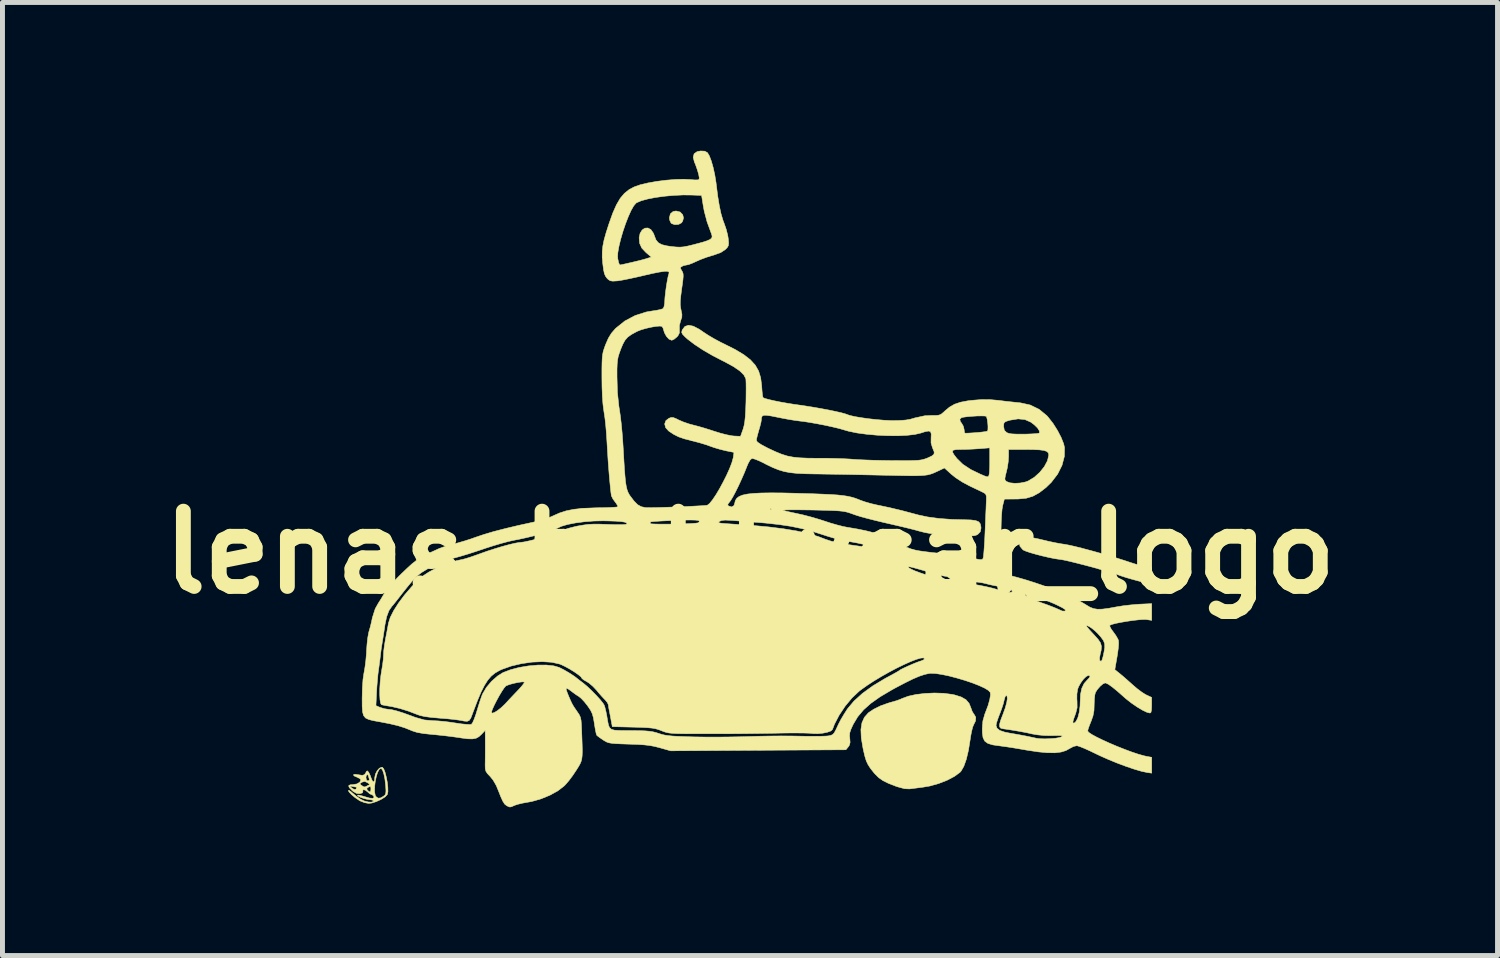
<source format=kicad_pcb>
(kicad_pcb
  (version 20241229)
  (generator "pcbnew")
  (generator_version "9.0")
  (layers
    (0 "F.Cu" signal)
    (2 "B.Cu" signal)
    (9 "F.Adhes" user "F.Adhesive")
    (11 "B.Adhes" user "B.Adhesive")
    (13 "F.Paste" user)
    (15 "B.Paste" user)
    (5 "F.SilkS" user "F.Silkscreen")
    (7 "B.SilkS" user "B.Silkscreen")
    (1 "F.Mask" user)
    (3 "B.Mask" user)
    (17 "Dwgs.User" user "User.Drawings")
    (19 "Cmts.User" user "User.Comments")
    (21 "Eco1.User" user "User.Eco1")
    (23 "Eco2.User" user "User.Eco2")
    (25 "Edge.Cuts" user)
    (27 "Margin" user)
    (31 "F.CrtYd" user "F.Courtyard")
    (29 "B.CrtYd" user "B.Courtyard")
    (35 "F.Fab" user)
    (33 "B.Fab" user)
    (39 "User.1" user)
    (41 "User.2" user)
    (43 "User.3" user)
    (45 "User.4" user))
  (footprint "lenas_bobbycar_logo"
    (layer "F.Cu")
    (at 12.127 8.128)
    (property "Reference" "lenas_bobbycar_logo" (at 0 0 0) (layer "F.SilkS") (effects (font (size 1.524 1.524) (thickness 0.3))))
    (attr through_hole)
    (fp_poly (pts (xy -1.415 -6.888) (xy -1.362 -6.833) (xy -1.346 -6.769) (xy -1.363 -6.704) (xy -1.386 -6.669) (xy -1.446 -6.637) (xy -1.521 -6.632) (xy -1.585 -6.653) (xy -1.6 -6.668) (xy -1.625 -6.722) (xy -1.632 -6.769) (xy -1.612 -6.851) (xy -1.557 -6.898) (xy -1.497 -6.909) (xy -1.415 -6.888)) (stroke (width 0.01) (type solid)) (fill yes) (layer "F.SilkS"))
    (fp_poly (pts (xy 5.697 -0.301) (xy 5.827 -0.275) (xy 5.911 -0.255) (xy 6.045 -0.223) (xy 6.179 -0.195) (xy 6.294 -0.174) (xy 6.363 -0.164) (xy 6.445 -0.149) (xy 6.567 -0.122) (xy 6.719 -0.084) (xy 6.892 -0.038) (xy 7.076 0.013) (xy 7.264 0.067) (xy 7.445 0.122) (xy 7.61 0.175) (xy 7.658 0.191) (xy 7.777 0.23) (xy 7.89 0.263) (xy 7.982 0.287) (xy 8.02 0.294) (xy 8.128 0.311) (xy 8.128 0.473) (xy 8.124 0.571) (xy 8.112 0.622) (xy 8.096 0.634) (xy 8.059 0.627) (xy 7.985 0.61) (xy 7.888 0.586) (xy 7.836 0.572) (xy 7.718 0.54) (xy 7.605 0.507) (xy 7.515 0.478) (xy 7.493 0.47) (xy 7.39 0.434) (xy 7.255 0.392) (xy 7.098 0.347) (xy 6.93 0.299) (xy 6.76 0.254) (xy 6.599 0.213) (xy 6.456 0.178) (xy 6.342 0.153) (xy 6.267 0.141) (xy 6.17 0.127) (xy 6.05 0.103) (xy 5.921 0.073) (xy 5.792 0.04) (xy 5.676 0.007) (xy 5.584 -0.024) (xy 5.528 -0.049) (xy 5.521 -0.054) (xy 5.462 -0.124) (xy 5.45 -0.196) (xy 5.462 -0.23) (xy 5.494 -0.274) (xy 5.539 -0.301) (xy 5.604 -0.309) (xy 5.697 -0.301)) (stroke (width 0.01) (type solid)) (fill yes) (layer "F.SilkS"))
    (fp_poly (pts (xy 3.918 2.851) (xy 4.087 2.873) (xy 4.132 2.882) (xy 4.272 2.925) (xy 4.37 2.981) (xy 4.434 3.056) (xy 4.469 3.144) (xy 4.495 3.216) (xy 4.527 3.269) (xy 4.534 3.277) (xy 4.568 3.335) (xy 4.563 3.411) (xy 4.53 3.478) (xy 4.506 3.533) (xy 4.483 3.624) (xy 4.461 3.741) (xy 4.455 3.787) (xy 4.42 4.004) (xy 4.377 4.186) (xy 4.326 4.329) (xy 4.27 4.426) (xy 4.249 4.45) (xy 4.136 4.533) (xy 3.987 4.611) (xy 3.815 4.678) (xy 3.635 4.728) (xy 3.505 4.75) (xy 3.398 4.764) (xy 3.298 4.777) (xy 3.227 4.786) (xy 3.226 4.786) (xy 3.128 4.782) (xy 2.991 4.745) (xy 2.946 4.73) (xy 2.8 4.673) (xy 2.691 4.619) (xy 2.606 4.56) (xy 2.533 4.488) (xy 2.508 4.46) (xy 2.439 4.373) (xy 2.39 4.298) (xy 2.353 4.221) (xy 2.324 4.127) (xy 2.294 4) (xy 2.286 3.962) (xy 2.251 3.754) (xy 2.244 3.584) (xy 2.265 3.447) (xy 2.315 3.336) (xy 2.395 3.246) (xy 2.397 3.244) (xy 2.503 3.173) (xy 2.641 3.105) (xy 2.794 3.05) (xy 2.845 3.035) (xy 2.943 3.007) (xy 3.031 2.977) (xy 3.08 2.955) (xy 3.202 2.91) (xy 3.36 2.875) (xy 3.541 2.854) (xy 3.731 2.845) (xy 3.918 2.851)) (stroke (width 0.01) (type solid)) (fill yes) (layer "F.SilkS"))
    (fp_poly (pts (xy -7.438 4.349) (xy -7.411 4.383) (xy -7.384 4.453) (xy -7.36 4.548) (xy -7.34 4.653) (xy -7.329 4.755) (xy -7.327 4.841) (xy -7.338 4.897) (xy -7.339 4.899) (xy -7.385 4.948) (xy -7.465 4.998) (xy -7.56 5.042) (xy -7.655 5.072) (xy -7.717 5.079) (xy -7.801 5.064) (xy -7.89 5.029) (xy -7.907 5.019) (xy -7.995 4.959) (xy -8.068 4.898) (xy -8.116 4.845) (xy -8.128 4.817) (xy -8.112 4.816) (xy -8.071 4.845) (xy -8.045 4.868) (xy -7.968 4.932) (xy -7.884 4.992) (xy -7.871 5) (xy -7.801 5.032) (xy -7.726 5.05) (xy -7.663 5.054) (xy -7.625 5.041) (xy -7.62 5.029) (xy -7.642 5.011) (xy -7.693 5.004) (xy -7.75 4.996) (xy -7.819 4.978) (xy -7.884 4.955) (xy -7.93 4.931) (xy -7.944 4.913) (xy -7.943 4.912) (xy -7.913 4.911) (xy -7.853 4.926) (xy -7.812 4.938) (xy -7.702 4.97) (xy -7.633 4.977) (xy -7.608 4.958) (xy -7.611 4.94) (xy -7.641 4.907) (xy -7.657 4.902) (xy -7.696 4.885) (xy -7.734 4.851) (xy -7.78 4.814) (xy -7.818 4.801) (xy -7.837 4.815) (xy -7.834 4.836) (xy -7.843 4.866) (xy -7.895 4.882) (xy -7.962 4.877) (xy -8.03 4.837) (xy -8.049 4.821) (xy -8.108 4.761) (xy -8.121 4.727) (xy -8.095 4.727) (xy -8.093 4.738) (xy -8.066 4.761) (xy -8.012 4.796) (xy -7.977 4.792) (xy -7.964 4.777) (xy -7.756 4.777) (xy -7.746 4.807) (xy -7.741 4.813) (xy -7.7 4.847) (xy -7.692 4.843) (xy -7.597 4.843) (xy -7.584 4.914) (xy -7.571 4.939) (xy -7.526 4.973) (xy -7.474 4.968) (xy -7.419 4.936) (xy -7.388 4.911) (xy -7.372 4.88) (xy -7.367 4.829) (xy -7.371 4.746) (xy -7.374 4.714) (xy -7.388 4.589) (xy -7.41 4.483) (xy -7.435 4.408) (xy -7.462 4.371) (xy -7.469 4.369) (xy -7.504 4.392) (xy -7.537 4.454) (xy -7.564 4.542) (xy -7.585 4.645) (xy -7.597 4.749) (xy -7.597 4.843) (xy -7.692 4.843) (xy -7.677 4.834) (xy -7.671 4.787) (xy -7.676 4.742) (xy -7.7 4.739) (xy -7.722 4.75) (xy -7.756 4.777) (xy -7.964 4.777) (xy -7.963 4.775) (xy -7.961 4.751) (xy -7.968 4.749) (xy -8.006 4.744) (xy -8.052 4.735) (xy -8.095 4.727) (xy -8.121 4.727) (xy -8.123 4.723) (xy -8.093 4.703) (xy -8.037 4.699) (xy -7.956 4.685) (xy -7.938 4.675) (xy -7.891 4.675) (xy -7.887 4.695) (xy -7.861 4.715) (xy -7.819 4.743) (xy -7.789 4.745) (xy -7.743 4.722) (xy -7.691 4.695) (xy -7.744 4.658) (xy -7.797 4.634) (xy -7.852 4.65) (xy -7.853 4.65) (xy -7.891 4.675) (xy -7.938 4.675) (xy -7.897 4.65) (xy -7.874 4.602) (xy -7.874 4.602) (xy -7.895 4.577) (xy -7.931 4.559) (xy -7.772 4.559) (xy -7.759 4.611) (xy -7.732 4.623) (xy -7.703 4.608) (xy -7.706 4.583) (xy -7.72 4.534) (xy -7.722 4.519) (xy -7.741 4.496) (xy -7.747 4.496) (xy -7.766 4.518) (xy -7.772 4.559) (xy -7.931 4.559) (xy -7.947 4.551) (xy -7.95 4.55) (xy -8.012 4.522) (xy -8.026 4.5) (xy -7.996 4.49) (xy -7.925 4.499) (xy -7.921 4.5) (xy -7.845 4.511) (xy -7.801 4.497) (xy -7.771 4.452) (xy -7.763 4.432) (xy -7.744 4.42) (xy -7.716 4.45) (xy -7.685 4.516) (xy -7.672 4.553) (xy -7.643 4.622) (xy -7.617 4.645) (xy -7.6 4.62) (xy -7.595 4.561) (xy -7.581 4.488) (xy -7.546 4.419) (xy -7.5 4.367) (xy -7.453 4.347) (xy -7.438 4.349)) (stroke (width 0.01) (type solid)) (fill yes) (layer "F.SilkS"))
    (fp_poly (pts (xy -0.916 -8.119) (xy -0.862 -8.089) (xy -0.859 -8.085) (xy -0.822 -8.022) (xy -0.783 -7.919) (xy -0.746 -7.788) (xy -0.713 -7.639) (xy -0.688 -7.484) (xy -0.683 -7.442) (xy -0.653 -7.206) (xy -0.621 -7.012) (xy -0.587 -6.853) (xy -0.548 -6.722) (xy -0.521 -6.65) (xy -0.483 -6.54) (xy -0.452 -6.421) (xy -0.44 -6.344) (xy -0.433 -6.26) (xy -0.439 -6.207) (xy -0.462 -6.167) (xy -0.501 -6.128) (xy -0.592 -6.068) (xy -0.727 -6.019) (xy -0.757 -6.01) (xy -0.875 -5.974) (xy -0.999 -5.928) (xy -1.085 -5.89) (xy -1.169 -5.852) (xy -1.24 -5.825) (xy -1.278 -5.817) (xy -1.339 -5.805) (xy -1.373 -5.79) (xy -1.405 -5.768) (xy -1.405 -5.741) (xy -1.381 -5.701) (xy -1.364 -5.67) (xy -1.354 -5.636) (xy -1.352 -5.587) (xy -1.358 -5.514) (xy -1.372 -5.407) (xy -1.383 -5.331) (xy -1.401 -5.191) (xy -1.411 -5.089) (xy -1.412 -5.011) (xy -1.404 -4.947) (xy -1.395 -4.903) (xy -1.378 -4.819) (xy -1.38 -4.758) (xy -1.402 -4.695) (xy -1.429 -4.594) (xy -1.429 -4.516) (xy -1.429 -4.441) (xy -1.458 -4.384) (xy -1.482 -4.358) (xy -1.536 -4.314) (xy -1.581 -4.293) (xy -1.585 -4.293) (xy -1.639 -4.315) (xy -1.691 -4.371) (xy -1.732 -4.446) (xy -1.742 -4.48) (xy -1.761 -4.54) (xy -1.782 -4.574) (xy -1.783 -4.574) (xy -1.826 -4.58) (xy -1.903 -4.574) (xy -2.001 -4.557) (xy -2.106 -4.533) (xy -2.203 -4.505) (xy -2.279 -4.475) (xy -2.286 -4.472) (xy -2.398 -4.411) (xy -2.475 -4.356) (xy -2.53 -4.293) (xy -2.575 -4.211) (xy -2.615 -4.115) (xy -2.645 -4.032) (xy -2.667 -3.963) (xy -2.68 -3.895) (xy -2.688 -3.815) (xy -2.692 -3.711) (xy -2.692 -3.571) (xy -2.692 -3.547) (xy -2.683 -3.234) (xy -2.653 -2.951) (xy -2.642 -2.884) (xy -2.624 -2.76) (xy -2.605 -2.599) (xy -2.588 -2.419) (xy -2.574 -2.232) (xy -2.565 -2.088) (xy -2.552 -1.86) (xy -2.541 -1.677) (xy -2.529 -1.532) (xy -2.518 -1.42) (xy -2.504 -1.334) (xy -2.488 -1.269) (xy -2.469 -1.217) (xy -2.446 -1.174) (xy -2.431 -1.15) (xy -2.347 -1.039) (xy -2.275 -0.966) (xy -2.201 -0.925) (xy -2.117 -0.907) (xy -2.064 -0.905) (xy -1.969 -0.906) (xy -1.846 -0.908) (xy -1.702 -0.913) (xy -1.547 -0.918) (xy -1.388 -0.924) (xy -1.237 -0.931) (xy -1.099 -0.938) (xy -0.986 -0.944) (xy -0.905 -0.95) (xy -0.865 -0.954) (xy -0.864 -0.955) (xy -0.833 -0.978) (xy -0.448 -0.978) (xy -0.448 -0.952) (xy -0.431 -0.938) (xy -0.37 -0.92) (xy -0.326 -0.947) (xy -0.31 -0.995) (xy -0.297 -1.049) (xy -0.269 -1.094) (xy -0.223 -1.13) (xy -0.154 -1.159) (xy -0.058 -1.18) (xy 0.068 -1.194) (xy 0.228 -1.202) (xy 0.427 -1.205) (xy 0.668 -1.203) (xy 0.954 -1.196) (xy 1.007 -1.194) (xy 1.259 -1.187) (xy 1.466 -1.179) (xy 1.635 -1.171) (xy 1.772 -1.162) (xy 1.883 -1.15) (xy 1.974 -1.136) (xy 2.052 -1.119) (xy 2.123 -1.098) (xy 2.193 -1.072) (xy 2.231 -1.056) (xy 2.328 -1.022) (xy 2.45 -0.987) (xy 2.574 -0.958) (xy 2.591 -0.955) (xy 2.819 -0.907) (xy 3.078 -0.845) (xy 3.375 -0.766) (xy 3.404 -0.758) (xy 3.596 -0.717) (xy 3.828 -0.686) (xy 4.088 -0.667) (xy 4.329 -0.661) (xy 4.469 -0.657) (xy 4.567 -0.644) (xy 4.629 -0.618) (xy 4.661 -0.575) (xy 4.673 -0.512) (xy 4.674 -0.492) (xy 4.659 -0.417) (xy 4.609 -0.365) (xy 4.609 -0.365) (xy 4.578 -0.349) (xy 4.539 -0.338) (xy 4.482 -0.333) (xy 4.4 -0.332) (xy 4.282 -0.335) (xy 4.147 -0.34) (xy 3.948 -0.351) (xy 3.788 -0.364) (xy 3.654 -0.381) (xy 3.534 -0.403) (xy 3.416 -0.433) (xy 3.378 -0.444) (xy 3.311 -0.462) (xy 3.207 -0.488) (xy 3.08 -0.519) (xy 2.942 -0.551) (xy 2.908 -0.559) (xy 2.687 -0.61) (xy 2.509 -0.653) (xy 2.364 -0.69) (xy 2.246 -0.722) (xy 2.146 -0.753) (xy 2.058 -0.784) (xy 2.045 -0.789) (xy 1.992 -0.807) (xy 1.939 -0.821) (xy 1.878 -0.832) (xy 1.801 -0.84) (xy 1.7 -0.846) (xy 1.568 -0.851) (xy 1.398 -0.855) (xy 1.27 -0.858) (xy 1.099 -0.86) (xy 0.947 -0.862) (xy 0.821 -0.862) (xy 0.728 -0.86) (xy 0.673 -0.858) (xy 0.662 -0.855) (xy 0.691 -0.844) (xy 0.759 -0.827) (xy 0.855 -0.806) (xy 0.936 -0.789) (xy 1.072 -0.759) (xy 1.233 -0.717) (xy 1.394 -0.67) (xy 1.494 -0.638) (xy 1.628 -0.594) (xy 1.763 -0.555) (xy 1.881 -0.525) (xy 1.956 -0.51) (xy 2.168 -0.474) (xy 2.341 -0.439) (xy 2.488 -0.402) (xy 2.622 -0.357) (xy 2.755 -0.303) (xy 2.9 -0.234) (xy 2.934 -0.217) (xy 3.068 -0.151) (xy 3.171 -0.104) (xy 3.256 -0.071) (xy 3.339 -0.048) (xy 3.431 -0.03) (xy 3.548 -0.014) (xy 3.555 -0.013) (xy 3.686 0.003) (xy 3.812 0.016) (xy 3.918 0.024) (xy 3.973 0.027) (xy 4.054 0.033) (xy 4.166 0.049) (xy 4.292 0.071) (xy 4.369 0.087) (xy 4.5 0.116) (xy 4.591 0.135) (xy 4.649 0.145) (xy 4.683 0.146) (xy 4.701 0.14) (xy 4.712 0.126) (xy 4.716 0.121) (xy 4.723 0.086) (xy 4.731 0.01) (xy 4.739 -0.101) (xy 4.748 -0.238) (xy 4.755 -0.393) (xy 4.756 -0.419) (xy 4.763 -0.584) (xy 4.769 -0.74) (xy 4.775 -0.876) (xy 4.779 -0.983) (xy 4.782 -1.051) (xy 4.782 -1.053) (xy 4.783 -1.131) (xy 4.771 -1.175) (xy 4.74 -1.202) (xy 4.724 -1.21) (xy 4.674 -1.235) (xy 4.592 -1.274) (xy 4.491 -1.322) (xy 4.437 -1.348) (xy 4.295 -1.424) (xy 4.19 -1.493) (xy 5.157 -1.493) (xy 5.162 -1.462) (xy 5.182 -1.441) (xy 5.193 -1.433) (xy 5.26 -1.408) (xy 5.357 -1.398) (xy 5.467 -1.404) (xy 5.573 -1.425) (xy 5.628 -1.445) (xy 5.751 -1.519) (xy 5.863 -1.62) (xy 5.955 -1.735) (xy 6.019 -1.855) (xy 6.045 -1.967) (xy 6.045 -1.975) (xy 6.036 -2.014) (xy 6.006 -2.043) (xy 5.949 -2.063) (xy 5.858 -2.075) (xy 5.728 -2.081) (xy 5.574 -2.083) (xy 5.232 -2.083) (xy 5.232 -1.941) (xy 5.225 -1.836) (xy 5.207 -1.715) (xy 5.188 -1.634) (xy 5.166 -1.545) (xy 5.157 -1.493) (xy 4.19 -1.493) (xy 4.162 -1.511) (xy 4.073 -1.582) (xy 3.934 -1.709) (xy 3.828 -1.658) (xy 3.763 -1.628) (xy 3.707 -1.603) (xy 3.653 -1.584) (xy 3.595 -1.569) (xy 3.527 -1.56) (xy 3.442 -1.554) (xy 3.335 -1.551) (xy 3.198 -1.552) (xy 3.026 -1.555) (xy 2.813 -1.56) (xy 2.698 -1.562) (xy 2.464 -1.567) (xy 2.22 -1.572) (xy 1.978 -1.577) (xy 1.748 -1.581) (xy 1.543 -1.584) (xy 1.374 -1.587) (xy 1.333 -1.587) (xy 1.123 -1.591) (xy 0.952 -1.599) (xy 0.811 -1.614) (xy 0.689 -1.637) (xy 0.574 -1.672) (xy 0.457 -1.719) (xy 0.326 -1.782) (xy 0.276 -1.809) (xy 0.182 -1.854) (xy 0.102 -1.886) (xy 0.048 -1.901) (xy 0.038 -1.901) (xy 0.003 -1.872) (xy -0.037 -1.802) (xy -0.063 -1.74) (xy -0.113 -1.615) (xy -0.172 -1.48) (xy -0.234 -1.345) (xy -0.296 -1.22) (xy -0.351 -1.117) (xy -0.395 -1.045) (xy -0.413 -1.022) (xy -0.448 -0.978) (xy -0.833 -0.978) (xy -0.819 -0.989) (xy -0.76 -1.062) (xy -0.691 -1.164) (xy -0.617 -1.288) (xy -0.544 -1.423) (xy -0.474 -1.562) (xy -0.414 -1.695) (xy -0.368 -1.815) (xy -0.341 -1.911) (xy -0.337 -1.933) (xy -0.325 -2.024) (xy -0.486 -2.056) (xy -0.604 -2.085) (xy -0.732 -2.123) (xy -0.8 -2.147) (xy -0.899 -2.182) (xy -1.025 -2.22) (xy -1.152 -2.253) (xy -1.175 -2.259) (xy -1.197 -2.265) (xy 0.128 -2.265) (xy 0.152 -2.231) (xy 0.225 -2.182) (xy 0.343 -2.119) (xy 0.375 -2.103) (xy 0.517 -2.037) (xy 0.639 -1.987) (xy 0.753 -1.951) (xy 0.871 -1.928) (xy 1.004 -1.914) (xy 1.164 -1.907) (xy 1.362 -1.905) (xy 1.384 -1.905) (xy 1.554 -1.905) (xy 1.726 -1.901) (xy 1.886 -1.896) (xy 2.019 -1.889) (xy 2.083 -1.884) (xy 2.183 -1.877) (xy 2.321 -1.871) (xy 2.487 -1.865) (xy 2.667 -1.861) (xy 2.851 -1.858) (xy 2.889 -1.858) (xy 3.074 -1.857) (xy 3.217 -1.857) (xy 3.324 -1.86) (xy 3.405 -1.864) (xy 3.466 -1.872) (xy 3.516 -1.884) (xy 3.563 -1.899) (xy 3.593 -1.911) (xy 3.679 -1.951) (xy 3.722 -1.987) (xy 3.727 -2.033) (xy 3.726 -2.035) (xy 4.095 -2.035) (xy 4.125 -1.98) (xy 4.185 -1.902) (xy 4.305 -1.784) (xy 4.469 -1.676) (xy 4.659 -1.584) (xy 4.743 -1.548) (xy 4.792 -1.532) (xy 4.817 -1.532) (xy 4.83 -1.548) (xy 4.836 -1.564) (xy 4.843 -1.606) (xy 4.848 -1.685) (xy 4.851 -1.789) (xy 4.851 -1.86) (xy 4.851 -2.116) (xy 4.642 -2.099) (xy 4.514 -2.091) (xy 4.378 -2.085) (xy 4.263 -2.083) (xy 4.261 -2.083) (xy 4.161 -2.08) (xy 4.106 -2.066) (xy 4.095 -2.035) (xy 3.726 -2.035) (xy 3.7 -2.099) (xy 3.693 -2.114) (xy 3.663 -2.216) (xy 3.664 -2.318) (xy 3.667 -2.397) (xy 3.653 -2.442) (xy 3.614 -2.456) (xy 3.542 -2.443) (xy 3.455 -2.415) (xy 3.335 -2.387) (xy 3.175 -2.369) (xy 2.987 -2.36) (xy 2.782 -2.362) (xy 2.569 -2.372) (xy 2.36 -2.391) (xy 2.166 -2.417) (xy 1.996 -2.452) (xy 1.905 -2.478) (xy 1.806 -2.507) (xy 1.672 -2.539) (xy 1.517 -2.573) (xy 1.355 -2.604) (xy 1.202 -2.631) (xy 1.073 -2.651) (xy 1.023 -2.656) (xy 0.925 -2.669) (xy 0.796 -2.689) (xy 0.656 -2.715) (xy 0.561 -2.734) (xy 0.427 -2.761) (xy 0.335 -2.774) (xy 0.277 -2.774) (xy 0.245 -2.757) (xy 0.232 -2.724) (xy 0.229 -2.68) (xy 0.221 -2.63) (xy 0.201 -2.55) (xy 0.177 -2.468) (xy 0.152 -2.379) (xy 0.134 -2.305) (xy 0.128 -2.265) (xy -1.197 -2.265) (xy -1.328 -2.298) (xy -1.446 -2.339) (xy -1.545 -2.389) (xy -1.641 -2.453) (xy -1.646 -2.456) (xy -1.708 -2.525) (xy -1.727 -2.599) (xy -1.703 -2.666) (xy -1.643 -2.713) (xy -1.597 -2.73) (xy -1.554 -2.729) (xy -1.495 -2.706) (xy -1.446 -2.681) (xy -1.351 -2.64) (xy -1.235 -2.6) (xy -1.149 -2.577) (xy -1.049 -2.551) (xy -0.921 -2.514) (xy -0.787 -2.472) (xy -0.717 -2.449) (xy -0.594 -2.411) (xy -0.472 -2.38) (xy -0.37 -2.36) (xy -0.324 -2.355) (xy -0.192 -2.349) (xy -0.142 -2.489) (xy -0.122 -2.559) (xy -0.107 -2.64) (xy -0.096 -2.744) (xy -0.088 -2.88) (xy -0.082 -3.044) (xy -0.08 -3.188) (xy -0.079 -3.318) (xy -0.08 -3.423) (xy -0.083 -3.494) (xy -0.086 -3.517) (xy -0.126 -3.593) (xy -0.209 -3.674) (xy -0.338 -3.762) (xy -0.514 -3.858) (xy -0.559 -3.88) (xy -0.761 -3.985) (xy -0.954 -4.097) (xy -1.125 -4.21) (xy -1.264 -4.316) (xy -1.313 -4.36) (xy -1.364 -4.413) (xy -1.383 -4.451) (xy -1.375 -4.491) (xy -1.368 -4.507) (xy -1.317 -4.573) (xy -1.244 -4.597) (xy -1.148 -4.578) (xy -1.028 -4.516) (xy -0.941 -4.456) (xy -0.848 -4.395) (xy -0.728 -4.324) (xy -0.598 -4.254) (xy -0.52 -4.216) (xy -0.301 -4.106) (xy -0.126 -4.001) (xy 0.008 -3.897) (xy 0.106 -3.789) (xy 0.174 -3.67) (xy 0.215 -3.536) (xy 0.235 -3.381) (xy 0.236 -3.37) (xy 0.243 -3.269) (xy 0.251 -3.188) (xy 0.26 -3.14) (xy 0.263 -3.132) (xy 0.299 -3.116) (xy 0.377 -3.094) (xy 0.485 -3.069) (xy 0.614 -3.043) (xy 0.756 -3.018) (xy 0.899 -2.995) (xy 0.978 -2.984) (xy 1.122 -2.963) (xy 1.279 -2.938) (xy 1.439 -2.91) (xy 1.593 -2.881) (xy 1.732 -2.852) (xy 1.846 -2.826) (xy 1.927 -2.804) (xy 1.959 -2.792) (xy 2.02 -2.771) (xy 2.121 -2.748) (xy 2.251 -2.726) (xy 2.399 -2.705) (xy 2.554 -2.688) (xy 2.705 -2.675) (xy 2.84 -2.668) (xy 2.89 -2.667) (xy 3.04 -2.67) (xy 3.155 -2.679) (xy 3.246 -2.695) (xy 4.245 -2.695) (xy 4.257 -2.646) (xy 4.281 -2.615) (xy 4.315 -2.556) (xy 4.33 -2.498) (xy 4.338 -2.443) (xy 4.342 -2.416) (xy 4.366 -2.412) (xy 4.426 -2.414) (xy 4.51 -2.419) (xy 4.604 -2.426) (xy 4.692 -2.435) (xy 4.763 -2.444) (xy 4.803 -2.453) (xy 4.805 -2.454) (xy 4.814 -2.484) (xy 4.815 -2.546) (xy 4.815 -2.555) (xy 5.131 -2.555) (xy 5.145 -2.473) (xy 5.194 -2.424) (xy 5.245 -2.406) (xy 5.3 -2.398) (xy 5.385 -2.394) (xy 5.489 -2.393) (xy 5.599 -2.394) (xy 5.703 -2.398) (xy 5.789 -2.403) (xy 5.844 -2.411) (xy 5.857 -2.417) (xy 5.855 -2.459) (xy 5.819 -2.517) (xy 5.754 -2.581) (xy 5.683 -2.635) (xy 5.563 -2.688) (xy 5.425 -2.702) (xy 5.264 -2.676) (xy 5.239 -2.67) (xy 5.171 -2.647) (xy 5.14 -2.621) (xy 5.131 -2.575) (xy 5.131 -2.555) (xy 4.815 -2.555) (xy 4.81 -2.623) (xy 4.799 -2.696) (xy 4.785 -2.747) (xy 4.782 -2.753) (xy 4.753 -2.76) (xy 4.687 -2.762) (xy 4.598 -2.761) (xy 4.498 -2.755) (xy 4.403 -2.747) (xy 4.325 -2.737) (xy 4.28 -2.727) (xy 4.245 -2.695) (xy 3.246 -2.695) (xy 3.25 -2.696) (xy 3.335 -2.721) (xy 3.536 -2.765) (xy 3.669 -2.771) (xy 3.764 -2.771) (xy 3.825 -2.778) (xy 3.871 -2.799) (xy 3.919 -2.839) (xy 3.935 -2.855) (xy 4.034 -2.938) (xy 4.137 -2.998) (xy 4.259 -3.039) (xy 4.411 -3.068) (xy 4.51 -3.079) (xy 4.689 -3.093) (xy 4.85 -3.092) (xy 5.021 -3.077) (xy 5.038 -3.075) (xy 5.172 -3.058) (xy 5.312 -3.043) (xy 5.433 -3.03) (xy 5.474 -3.026) (xy 5.669 -2.983) (xy 5.85 -2.895) (xy 6.006 -2.767) (xy 6.034 -2.735) (xy 6.133 -2.608) (xy 6.222 -2.467) (xy 6.295 -2.327) (xy 6.346 -2.199) (xy 6.364 -2.12) (xy 6.361 -1.944) (xy 6.313 -1.762) (xy 6.224 -1.584) (xy 6.096 -1.417) (xy 5.988 -1.312) (xy 5.85 -1.206) (xy 5.722 -1.136) (xy 5.588 -1.096) (xy 5.431 -1.081) (xy 5.374 -1.08) (xy 5.147 -1.079) (xy 5.114 -0.953) (xy 5.1 -0.873) (xy 5.09 -0.756) (xy 5.083 -0.616) (xy 5.08 -0.484) (xy 5.078 -0.331) (xy 5.071 -0.172) (xy 5.062 -0.026) (xy 5.051 0.082) (xy 5.036 0.217) (xy 5.036 0.312) (xy 5.055 0.375) (xy 5.099 0.417) (xy 5.172 0.446) (xy 5.263 0.468) (xy 5.401 0.504) (xy 5.571 0.553) (xy 5.759 0.612) (xy 5.952 0.678) (xy 6.138 0.744) (xy 6.302 0.807) (xy 6.433 0.862) (xy 6.452 0.871) (xy 6.568 0.929) (xy 6.685 0.993) (xy 6.783 1.051) (xy 6.804 1.064) (xy 6.879 1.109) (xy 6.951 1.137) (xy 7.031 1.15) (xy 7.13 1.148) (xy 7.258 1.131) (xy 7.417 1.102) (xy 7.547 1.081) (xy 7.7 1.063) (xy 7.847 1.05) (xy 7.88 1.048) (xy 8.128 1.037) (xy 8.128 1.375) (xy 8.018 1.358) (xy 7.956 1.357) (xy 7.862 1.364) (xy 7.746 1.377) (xy 7.623 1.395) (xy 7.502 1.416) (xy 7.397 1.437) (xy 7.319 1.458) (xy 7.28 1.475) (xy 7.283 1.504) (xy 7.312 1.557) (xy 7.348 1.605) (xy 7.402 1.68) (xy 7.443 1.751) (xy 7.456 1.784) (xy 7.459 1.838) (xy 7.453 1.928) (xy 7.439 2.038) (xy 7.427 2.113) (xy 7.382 2.372) (xy 7.479 2.45) (xy 7.544 2.504) (xy 7.63 2.579) (xy 7.721 2.66) (xy 7.744 2.681) (xy 7.834 2.758) (xy 7.926 2.827) (xy 8.003 2.876) (xy 8.019 2.884) (xy 8.127 2.934) (xy 8.127 3.092) (xy 8.124 3.186) (xy 8.113 3.237) (xy 8.094 3.251) (xy 8.031 3.235) (xy 7.941 3.192) (xy 7.834 3.128) (xy 7.72 3.05) (xy 7.61 2.964) (xy 7.568 2.927) (xy 7.433 2.808) (xy 7.329 2.723) (xy 7.253 2.669) (xy 7.2 2.644) (xy 7.183 2.642) (xy 7.141 2.661) (xy 7.085 2.709) (xy 7.03 2.772) (xy 6.99 2.834) (xy 6.977 2.885) (xy 6.968 2.968) (xy 6.964 3.068) (xy 6.964 3.075) (xy 6.96 3.203) (xy 6.94 3.308) (xy 6.901 3.419) (xy 6.899 3.422) (xy 6.865 3.508) (xy 6.841 3.577) (xy 6.833 3.615) (xy 6.855 3.643) (xy 6.919 3.686) (xy 7.015 3.738) (xy 7.136 3.797) (xy 7.275 3.86) (xy 7.425 3.924) (xy 7.577 3.984) (xy 7.724 4.039) (xy 7.859 4.084) (xy 7.974 4.116) (xy 8.033 4.129) (xy 8.128 4.146) (xy 8.128 4.467) (xy 8.033 4.453) (xy 7.924 4.43) (xy 7.78 4.388) (xy 7.614 4.332) (xy 7.435 4.265) (xy 7.256 4.192) (xy 7.087 4.117) (xy 7.001 4.076) (xy 6.879 4.017) (xy 6.768 3.967) (xy 6.679 3.931) (xy 6.621 3.913) (xy 6.61 3.912) (xy 6.547 3.926) (xy 6.478 3.962) (xy 6.475 3.964) (xy 6.392 4.01) (xy 6.293 4.04) (xy 6.171 4.055) (xy 6.022 4.054) (xy 5.838 4.037) (xy 5.616 4.004) (xy 5.448 3.975) (xy 5.317 3.953) (xy 5.173 3.931) (xy 5.054 3.915) (xy 4.912 3.895) (xy 4.813 3.865) (xy 4.75 3.819) (xy 4.715 3.749) (xy 4.701 3.648) (xy 4.7 3.564) (xy 4.705 3.499) (xy 4.978 3.499) (xy 4.997 3.557) (xy 5.054 3.603) (xy 5.155 3.637) (xy 5.245 3.655) (xy 5.441 3.689) (xy 5.615 3.722) (xy 5.755 3.752) (xy 5.791 3.76) (xy 5.866 3.77) (xy 5.966 3.773) (xy 6.076 3.769) (xy 6.179 3.761) (xy 6.259 3.747) (xy 6.295 3.735) (xy 6.316 3.72) (xy 6.317 3.711) (xy 6.29 3.707) (xy 6.229 3.705) (xy 6.126 3.707) (xy 6.08 3.708) (xy 5.952 3.705) (xy 5.819 3.692) (xy 5.712 3.674) (xy 5.596 3.648) (xy 5.452 3.621) (xy 5.303 3.596) (xy 5.171 3.576) (xy 5.124 3.57) (xy 5.076 3.559) (xy 5.051 3.532) (xy 5.049 3.483) (xy 5.06 3.441) (xy 6.533 3.441) (xy 6.542 3.453) (xy 6.558 3.454) (xy 6.587 3.432) (xy 6.62 3.376) (xy 6.637 3.334) (xy 6.663 3.231) (xy 6.678 3.106) (xy 6.68 3.035) (xy 6.688 2.872) (xy 6.714 2.749) (xy 6.76 2.654) (xy 6.808 2.599) (xy 6.865 2.538) (xy 6.881 2.503) (xy 6.856 2.489) (xy 6.848 2.489) (xy 6.803 2.51) (xy 6.747 2.565) (xy 6.692 2.639) (xy 6.647 2.72) (xy 6.629 2.77) (xy 6.615 2.863) (xy 6.614 2.969) (xy 6.617 3.006) (xy 6.619 3.142) (xy 6.592 3.251) (xy 6.556 3.35) (xy 6.537 3.41) (xy 6.533 3.441) (xy 5.06 3.441) (xy 5.07 3.403) (xy 5.114 3.286) (xy 5.116 3.283) (xy 5.164 3.149) (xy 5.195 3.037) (xy 5.207 2.954) (xy 5.199 2.905) (xy 5.183 2.896) (xy 5.163 2.918) (xy 5.146 2.973) (xy 5.142 2.991) (xy 5.125 3.062) (xy 5.093 3.16) (xy 5.055 3.263) (xy 5.052 3.268) (xy 5.017 3.362) (xy 4.99 3.443) (xy 4.979 3.495) (xy 4.978 3.499) (xy 4.705 3.499) (xy 4.712 3.41) (xy 4.752 3.269) (xy 4.764 3.239) (xy 4.817 3.098) (xy 4.851 2.977) (xy 4.866 2.883) (xy 4.861 2.833) (xy 4.823 2.792) (xy 4.744 2.744) (xy 4.632 2.693) (xy 4.496 2.64) (xy 4.345 2.589) (xy 4.186 2.542) (xy 4.03 2.501) (xy 3.883 2.47) (xy 3.755 2.451) (xy 3.654 2.447) (xy 3.625 2.449) (xy 3.532 2.47) (xy 3.424 2.506) (xy 3.295 2.561) (xy 3.139 2.638) (xy 2.948 2.738) (xy 2.863 2.785) (xy 2.632 2.922) (xy 2.445 3.054) (xy 2.297 3.186) (xy 2.18 3.325) (xy 2.09 3.475) (xy 2.085 3.485) (xy 2.041 3.581) (xy 2.018 3.651) (xy 2.014 3.715) (xy 2.019 3.764) (xy 2.025 3.846) (xy 2.01 3.903) (xy 1.988 3.935) (xy 1.94 3.994) (xy 0.167 4.004) (xy -1.607 4.015) (xy -1.826 3.953) (xy -1.927 3.927) (xy -2.027 3.908) (xy -2.139 3.895) (xy -2.275 3.886) (xy -2.449 3.88) (xy -2.452 3.88) (xy -2.605 3.875) (xy -2.717 3.87) (xy -2.797 3.863) (xy -2.854 3.853) (xy -2.899 3.838) (xy -2.939 3.816) (xy -2.973 3.795) (xy -3.04 3.749) (xy -3.089 3.712) (xy -3.103 3.698) (xy -3.114 3.663) (xy -3.129 3.591) (xy -3.145 3.496) (xy -3.15 3.461) (xy -3.169 3.348) (xy -3.192 3.265) (xy -3.227 3.193) (xy -3.281 3.113) (xy -3.291 3.099) (xy -3.354 3.02) (xy -3.414 2.956) (xy -3.459 2.919) (xy -3.46 2.918) (xy -3.515 2.883) (xy -3.586 2.832) (xy -3.613 2.811) (xy -3.671 2.769) (xy -3.712 2.748) (xy -3.721 2.748) (xy -3.719 2.776) (xy -3.699 2.837) (xy -3.669 2.911) (xy -3.629 3.003) (xy -3.599 3.066) (xy -3.57 3.116) (xy -3.532 3.172) (xy -3.493 3.229) (xy -3.456 3.284) (xy -3.433 3.335) (xy -3.419 3.398) (xy -3.412 3.485) (xy -3.408 3.579) (xy -3.401 3.77) (xy -3.396 3.918) (xy -3.394 4.03) (xy -3.397 4.115) (xy -3.405 4.18) (xy -3.419 4.233) (xy -3.44 4.281) (xy -3.469 4.332) (xy -3.508 4.395) (xy -3.516 4.407) (xy -3.588 4.515) (xy -3.669 4.623) (xy -3.745 4.71) (xy -3.763 4.727) (xy -3.888 4.824) (xy -4.049 4.913) (xy -4.229 4.987) (xy -4.415 5.04) (xy -4.498 5.055) (xy -4.603 5.074) (xy -4.699 5.097) (xy -4.766 5.119) (xy -4.766 5.12) (xy -4.824 5.145) (xy -4.858 5.153) (xy -4.891 5.142) (xy -4.927 5.124) (xy -4.966 5.092) (xy -5.005 5.03) (xy -5.049 4.932) (xy -5.075 4.864) (xy -5.135 4.718) (xy -5.197 4.61) (xy -5.261 4.531) (xy -5.315 4.474) (xy -5.345 4.428) (xy -5.358 4.375) (xy -5.36 4.298) (xy -5.359 4.252) (xy -5.358 4.142) (xy -5.357 4.006) (xy -5.357 3.87) (xy -5.357 3.839) (xy -5.359 3.601) (xy -5.432 3.679) (xy -5.486 3.729) (xy -5.544 3.761) (xy -5.616 3.774) (xy -5.712 3.772) (xy -5.844 3.755) (xy -5.884 3.748) (xy -6.02 3.729) (xy -6.182 3.709) (xy -6.345 3.692) (xy -6.431 3.684) (xy -6.604 3.666) (xy -6.735 3.643) (xy -6.833 3.612) (xy -6.849 3.605) (xy -6.98 3.552) (xy -7.122 3.507) (xy -7.29 3.467) (xy -7.487 3.429) (xy -7.621 3.405) (xy -7.716 3.381) (xy -7.781 3.35) (xy -7.82 3.301) (xy -7.84 3.229) (xy -7.848 3.123) (xy -7.848 3.101) (xy -7.57 3.101) (xy -7.482 3.138) (xy -7.399 3.163) (xy -7.319 3.175) (xy -7.315 3.175) (xy -7.249 3.183) (xy -7.154 3.206) (xy -7.023 3.247) (xy -6.854 3.308) (xy -6.765 3.341) (xy -6.591 3.39) (xy -6.417 3.405) (xy -6.312 3.41) (xy -6.179 3.422) (xy -6.037 3.44) (xy -5.956 3.453) (xy -5.838 3.47) (xy -5.738 3.48) (xy -5.666 3.483) (xy -5.638 3.479) (xy -5.614 3.447) (xy -5.583 3.377) (xy -5.548 3.28) (xy -5.535 3.238) (xy -5.232 3.238) (xy -5.216 3.253) (xy -5.171 3.239) (xy -5.108 3.2) (xy -5.035 3.142) (xy -4.96 3.071) (xy -4.941 3.051) (xy -4.872 2.976) (xy -4.785 2.884) (xy -4.698 2.793) (xy -4.69 2.785) (xy -4.626 2.714) (xy -4.582 2.659) (xy -4.565 2.626) (xy -4.568 2.622) (xy -4.615 2.62) (xy -4.693 2.631) (xy -4.783 2.65) (xy -4.868 2.673) (xy -4.93 2.697) (xy -4.941 2.703) (xy -4.974 2.74) (xy -5.021 2.81) (xy -5.076 2.902) (xy -5.131 3.003) (xy -5.18 3.1) (xy -5.216 3.181) (xy -5.232 3.233) (xy -5.232 3.238) (xy -5.535 3.238) (xy -5.527 3.211) (xy -5.491 3.092) (xy -5.455 2.98) (xy -5.423 2.891) (xy -5.41 2.86) (xy -5.335 2.733) (xy -5.23 2.608) (xy -5.108 2.501) (xy -4.998 2.432) (xy -4.846 2.374) (xy -4.671 2.328) (xy -4.484 2.297) (xy -4.297 2.28) (xy -4.122 2.279) (xy -3.971 2.296) (xy -3.861 2.328) (xy -3.763 2.378) (xy -3.655 2.441) (xy -3.559 2.504) (xy -3.516 2.536) (xy -3.483 2.563) (xy -3.423 2.609) (xy -3.37 2.649) (xy -3.292 2.715) (xy -3.203 2.799) (xy -3.113 2.891) (xy -3.033 2.979) (xy -2.975 3.052) (xy -2.953 3.086) (xy -2.936 3.135) (xy -2.916 3.218) (xy -2.896 3.317) (xy -2.895 3.327) (xy -2.878 3.427) (xy -2.863 3.5) (xy -2.841 3.549) (xy -2.804 3.58) (xy -2.745 3.597) (xy -2.657 3.603) (xy -2.531 3.605) (xy -2.414 3.605) (xy -2.252 3.607) (xy -2.129 3.611) (xy -2.036 3.619) (xy -1.96 3.631) (xy -1.891 3.649) (xy -1.849 3.663) (xy -1.788 3.682) (xy -1.725 3.697) (xy -1.65 3.708) (xy -1.556 3.717) (xy -1.434 3.723) (xy -1.275 3.729) (xy -1.143 3.733) (xy -0.934 3.736) (xy -0.696 3.737) (xy -0.447 3.735) (xy -0.211 3.731) (xy -0.038 3.726) (xy 0.167 3.72) (xy 0.394 3.716) (xy 0.624 3.714) (xy 0.838 3.715) (xy 1.003 3.718) (xy 1.162 3.721) (xy 1.31 3.721) (xy 1.436 3.72) (xy 1.532 3.717) (xy 1.585 3.713) (xy 1.636 3.702) (xy 1.672 3.686) (xy 1.702 3.654) (xy 1.734 3.597) (xy 1.777 3.505) (xy 1.788 3.48) (xy 1.835 3.389) (xy 1.899 3.28) (xy 1.967 3.173) (xy 1.975 3.162) (xy 2.103 3.009) (xy 2.275 2.853) (xy 2.486 2.7) (xy 2.73 2.553) (xy 2.774 2.529) (xy 2.873 2.476) (xy 2.954 2.431) (xy 3.007 2.4) (xy 3.023 2.389) (xy 3.053 2.369) (xy 3.118 2.337) (xy 3.203 2.298) (xy 3.295 2.258) (xy 3.379 2.224) (xy 3.444 2.201) (xy 3.461 2.196) (xy 3.511 2.176) (xy 3.531 2.153) (xy 3.51 2.134) (xy 3.452 2.139) (xy 3.364 2.165) (xy 3.25 2.209) (xy 3.116 2.269) (xy 2.97 2.34) (xy 2.815 2.422) (xy 2.659 2.51) (xy 2.508 2.601) (xy 2.367 2.693) (xy 2.242 2.782) (xy 2.204 2.812) (xy 2.063 2.945) (xy 1.926 3.11) (xy 1.804 3.293) (xy 1.709 3.476) (xy 1.668 3.584) (xy 1.636 3.613) (xy 1.566 3.639) (xy 1.473 3.658) (xy 1.371 3.668) (xy 1.273 3.666) (xy 1.245 3.662) (xy 1.186 3.658) (xy 1.086 3.655) (xy 0.953 3.654) (xy 0.797 3.654) (xy 0.626 3.656) (xy 0.546 3.658) (xy 0.361 3.661) (xy 0.14 3.664) (xy -0.105 3.667) (xy -0.36 3.669) (xy -0.612 3.67) (xy -0.838 3.67) (xy -1.061 3.67) (xy -1.239 3.67) (xy -1.379 3.668) (xy -1.487 3.666) (xy -1.57 3.661) (xy -1.632 3.655) (xy -1.681 3.646) (xy -1.723 3.634) (xy -1.765 3.619) (xy -1.791 3.608) (xy -1.854 3.585) (xy -1.915 3.567) (xy -1.986 3.555) (xy -2.076 3.547) (xy -2.196 3.541) (xy -2.356 3.536) (xy -2.365 3.536) (xy -2.787 3.526) (xy -2.821 3.344) (xy -2.838 3.253) (xy -2.852 3.181) (xy -2.859 3.144) (xy -2.859 3.143) (xy -2.865 3.103) (xy -2.867 3.084) (xy -2.886 3.04) (xy -2.93 2.986) (xy -2.94 2.976) (xy -2.996 2.917) (xy -3.064 2.84) (xy -3.107 2.787) (xy -3.179 2.711) (xy -3.258 2.644) (xy -3.304 2.615) (xy -3.365 2.58) (xy -3.4 2.552) (xy -3.404 2.544) (xy -3.424 2.515) (xy -3.48 2.47) (xy -3.558 2.416) (xy -3.649 2.36) (xy -3.741 2.309) (xy -3.824 2.27) (xy -3.853 2.259) (xy -4.012 2.223) (xy -4.203 2.211) (xy -4.412 2.22) (xy -4.626 2.251) (xy -4.834 2.3) (xy -5.022 2.367) (xy -5.07 2.389) (xy -5.158 2.44) (xy -5.236 2.503) (xy -5.307 2.585) (xy -5.374 2.691) (xy -5.443 2.827) (xy -5.516 3) (xy -5.598 3.215) (xy -5.614 3.259) (xy -5.649 3.35) (xy -5.682 3.4) (xy -5.724 3.418) (xy -5.787 3.413) (xy -5.824 3.405) (xy -5.895 3.393) (xy -6.002 3.379) (xy -6.132 3.366) (xy -6.27 3.355) (xy -6.281 3.354) (xy -6.45 3.339) (xy -6.579 3.322) (xy -6.678 3.3) (xy -6.745 3.276) (xy -6.909 3.213) (xy -7.083 3.159) (xy -7.245 3.121) (xy -7.299 3.112) (xy -7.379 3.099) (xy -7.441 3.086) (xy -7.458 3.081) (xy -7.476 3.05) (xy -7.488 2.978) (xy -7.493 2.876) (xy -7.492 2.754) (xy -7.484 2.623) (xy -7.47 2.493) (xy -7.455 2.396) (xy -7.436 2.282) (xy -7.422 2.17) (xy -7.417 2.083) (xy -7.417 2.079) (xy -7.412 1.994) (xy -7.398 1.883) (xy -7.379 1.769) (xy -7.378 1.761) (xy -7.355 1.644) (xy -7.333 1.525) (xy -7.326 1.489) (xy 6.807 1.489) (xy 6.824 1.514) (xy 6.868 1.566) (xy 6.931 1.635) (xy 6.96 1.666) (xy 7.043 1.758) (xy 7.092 1.831) (xy 7.111 1.901) (xy 7.105 1.981) (xy 7.085 2.064) (xy 7.072 2.14) (xy 7.077 2.189) (xy 7.101 2.202) (xy 7.111 2.198) (xy 7.126 2.168) (xy 7.145 2.103) (xy 7.162 2.022) (xy 7.178 1.924) (xy 7.176 1.85) (xy 7.153 1.786) (xy 7.102 1.715) (xy 7.042 1.647) (xy 6.983 1.589) (xy 6.919 1.537) (xy 6.861 1.499) (xy 6.821 1.482) (xy 6.807 1.489) (xy -7.326 1.489) (xy -7.316 1.43) (xy -7.315 1.428) (xy -7.28 1.316) (xy -7.211 1.179) (xy -7.113 1.025) (xy -6.991 0.862) (xy -6.975 0.844) (xy 5.574 0.844) (xy 5.575 0.872) (xy 5.625 0.909) (xy 5.724 0.955) (xy 5.873 1.01) (xy 5.883 1.014) (xy 6.002 1.056) (xy 6.11 1.097) (xy 6.194 1.131) (xy 6.236 1.15) (xy 6.317 1.186) (xy 6.367 1.188) (xy 6.386 1.172) (xy 6.371 1.152) (xy 6.32 1.119) (xy 6.241 1.079) (xy 6.148 1.035) (xy 6.049 0.994) (xy 5.955 0.96) (xy 5.893 0.941) (xy 5.796 0.913) (xy 5.699 0.881) (xy 5.68 0.874) (xy 5.617 0.852) (xy 5.578 0.843) (xy 5.574 0.844) (xy -6.975 0.844) (xy -6.85 0.698) (xy -6.816 0.661) (xy -6.759 0.604) (xy 4.42 0.604) (xy 4.443 0.618) (xy 4.505 0.637) (xy 4.596 0.658) (xy 4.657 0.669) (xy 4.781 0.694) (xy 4.904 0.723) (xy 5.006 0.752) (xy 5.031 0.76) (xy 5.14 0.793) (xy 5.228 0.809) (xy 5.287 0.807) (xy 5.309 0.787) (xy 5.288 0.757) (xy 5.277 0.752) (xy 5.115 0.71) (xy 4.998 0.682) (xy 4.94 0.671) (xy 4.856 0.653) (xy 4.788 0.636) (xy 4.709 0.617) (xy 4.619 0.603) (xy 4.533 0.595) (xy 4.463 0.593) (xy 4.424 0.599) (xy 4.42 0.604) (xy -6.759 0.604) (xy -6.707 0.552) (xy -6.608 0.469) (xy -6.501 0.399) (xy -6.407 0.348) (xy -6.285 0.293) (xy 3.204 0.293) (xy 3.213 0.312) (xy 3.263 0.341) (xy 3.344 0.377) (xy 3.447 0.415) (xy 3.564 0.455) (xy 3.685 0.491) (xy 3.801 0.522) (xy 3.904 0.545) (xy 3.985 0.556) (xy 3.997 0.557) (xy 4.046 0.554) (xy 4.051 0.539) (xy 4.039 0.521) (xy 3.988 0.489) (xy 3.952 0.483) (xy 3.903 0.475) (xy 3.82 0.456) (xy 3.72 0.429) (xy 3.682 0.418) (xy 3.514 0.367) (xy 3.388 0.331) (xy 3.3 0.307) (xy 3.244 0.294) (xy 3.213 0.29) (xy 3.204 0.293) (xy -6.285 0.293) (xy -6.171 0.241) (xy -5.945 0.169) (xy -5.817 0.142) (xy -5.756 0.126) (xy -5.663 0.097) (xy -5.55 0.058) (xy -5.461 0.026) (xy -5.318 -0.025) (xy -5.166 -0.074) (xy -5.014 -0.12) (xy -4.874 -0.158) (xy -4.755 -0.186) (xy -4.669 -0.201) (xy -4.643 -0.203) (xy -4.576 -0.211) (xy -4.475 -0.232) (xy -4.351 -0.262) (xy -4.217 -0.299) (xy -4.087 -0.337) (xy -3.973 -0.375) (xy -3.888 -0.408) (xy -3.867 -0.418) (xy -3.788 -0.451) (xy -3.677 -0.487) (xy -3.553 -0.519) (xy -3.496 -0.532) (xy -3.382 -0.552) (xy -3.279 -0.566) (xy -3.173 -0.572) (xy -3.047 -0.572) (xy -2.887 -0.567) (xy -2.867 -0.566) (xy -2.703 -0.561) (xy -2.588 -0.561) (xy -2.517 -0.566) (xy -2.49 -0.576) (xy -2.489 -0.578) (xy -2.496 -0.59) (xy -2.022 -0.59) (xy -2.018 -0.583) (xy -1.991 -0.577) (xy -1.922 -0.574) (xy -1.821 -0.572) (xy -1.699 -0.572) (xy -1.565 -0.573) (xy -1.428 -0.576) (xy -1.299 -0.58) (xy -1.186 -0.585) (xy -1.1 -0.591) (xy -1.05 -0.598) (xy -1.046 -0.599) (xy -1.036 -0.612) (xy -0.636 -0.612) (xy -0.629 -0.601) (xy -0.595 -0.592) (xy -0.525 -0.585) (xy -0.413 -0.577) (xy -0.366 -0.574) (xy 0.027 -0.548) (xy 0.373 -0.516) (xy 0.677 -0.478) (xy 0.944 -0.434) (xy 1.177 -0.381) (xy 1.381 -0.321) (xy 1.527 -0.265) (xy 1.642 -0.227) (xy 1.796 -0.191) (xy 1.98 -0.159) (xy 2.015 -0.154) (xy 2.14 -0.136) (xy 2.247 -0.121) (xy 2.326 -0.11) (xy 2.366 -0.105) (xy 2.369 -0.104) (xy 2.387 -0.12) (xy 2.388 -0.123) (xy 2.363 -0.141) (xy 2.29 -0.164) (xy 2.173 -0.19) (xy 2.013 -0.219) (xy 1.943 -0.23) (xy 1.843 -0.251) (xy 1.714 -0.284) (xy 1.576 -0.325) (xy 1.486 -0.354) (xy 1.264 -0.425) (xy 1.048 -0.482) (xy 0.826 -0.528) (xy 0.584 -0.564) (xy 0.311 -0.594) (xy 0.127 -0.609) (xy -0.019 -0.62) (xy -0.166 -0.631) (xy -0.296 -0.642) (xy -0.392 -0.649) (xy -0.394 -0.649) (xy -0.504 -0.654) (xy -0.577 -0.646) (xy -0.62 -0.627) (xy -0.636 -0.612) (xy -1.036 -0.612) (xy -1.026 -0.624) (xy -1.03 -0.638) (xy -1.054 -0.648) (xy -1.113 -0.654) (xy -1.212 -0.656) (xy -1.353 -0.654) (xy -1.521 -0.648) (xy -1.671 -0.641) (xy -1.804 -0.635) (xy -1.911 -0.628) (xy -1.983 -0.622) (xy -2.013 -0.618) (xy -2.022 -0.59) (xy -2.496 -0.59) (xy -2.501 -0.598) (xy -2.539 -0.613) (xy -2.608 -0.624) (xy -2.715 -0.632) (xy -2.864 -0.637) (xy -2.972 -0.639) (xy -3.164 -0.635) (xy -3.355 -0.62) (xy -3.535 -0.596) (xy -3.693 -0.565) (xy -3.821 -0.527) (xy -3.909 -0.485) (xy -3.911 -0.483) (xy -3.968 -0.455) (xy -4.065 -0.421) (xy -4.195 -0.382) (xy -4.349 -0.341) (xy -4.518 -0.3) (xy -4.692 -0.262) (xy -4.788 -0.244) (xy -4.898 -0.219) (xy -5.039 -0.181) (xy -5.195 -0.135) (xy -5.35 -0.085) (xy -5.385 -0.073) (xy -5.537 -0.022) (xy -5.695 0.029) (xy -5.841 0.073) (xy -5.961 0.107) (xy -5.983 0.113) (xy -6.16 0.168) (xy -6.338 0.239) (xy -6.505 0.321) (xy -6.648 0.408) (xy -6.757 0.493) (xy -6.777 0.514) (xy -6.837 0.582) (xy -6.915 0.675) (xy -6.999 0.78) (xy -7.045 0.838) (xy -7.117 0.931) (xy -7.181 1.012) (xy -7.228 1.07) (xy -7.248 1.092) (xy -7.307 1.179) (xy -7.353 1.301) (xy -7.387 1.464) (xy -7.39 1.486) (xy -7.408 1.608) (xy -7.428 1.736) (xy -7.445 1.84) (xy -7.445 1.841) (xy -7.462 1.948) (xy -7.476 2.055) (xy -7.482 2.108) (xy -7.493 2.2) (xy -7.508 2.311) (xy -7.517 2.375) (xy -7.529 2.466) (xy -7.54 2.589) (xy -7.551 2.725) (xy -7.556 2.814) (xy -7.57 3.101) (xy -7.848 3.101) (xy -7.849 2.976) (xy -7.849 2.949) (xy -7.844 2.748) (xy -7.832 2.573) (xy -7.812 2.437) (xy -7.809 2.426) (xy -7.791 2.319) (xy -7.774 2.185) (xy -7.762 2.044) (xy -7.759 1.982) (xy -7.75 1.857) (xy -7.737 1.736) (xy -7.72 1.64) (xy -7.711 1.601) (xy -7.685 1.511) (xy -7.658 1.4) (xy -7.643 1.324) (xy -7.584 1.139) (xy -7.524 1.032) (xy -7.467 0.943) (xy -7.414 0.853) (xy -7.388 0.806) (xy -7.353 0.755) (xy -7.289 0.678) (xy -7.203 0.584) (xy -7.104 0.481) (xy -7.054 0.432) (xy -6.937 0.32) (xy -6.844 0.235) (xy -6.761 0.169) (xy -6.678 0.114) (xy -6.581 0.06) (xy -6.49 0.013) (xy -6.289 -0.079) (xy -6.11 -0.143) (xy -6.02 -0.166) (xy -5.912 -0.192) (xy -5.778 -0.231) (xy -5.638 -0.276) (xy -5.563 -0.303) (xy -5.391 -0.361) (xy -5.19 -0.421) (xy -4.954 -0.482) (xy -4.677 -0.548) (xy -4.397 -0.609) (xy -4.268 -0.64) (xy -4.14 -0.679) (xy -4.033 -0.718) (xy -3.991 -0.737) (xy -3.856 -0.797) (xy -3.716 -0.842) (xy -3.56 -0.873) (xy -3.528 -0.876) (xy 0.406 -0.876) (xy 0.419 -0.864) (xy 0.432 -0.876) (xy 0.419 -0.889) (xy 0.406 -0.876) (xy -3.528 -0.876) (xy -3.378 -0.892) (xy -3.159 -0.901) (xy -3.092 -0.903) (xy -2.954 -0.905) (xy -2.835 -0.909) (xy -2.743 -0.914) (xy -2.688 -0.919) (xy -2.676 -0.922) (xy -2.681 -0.949) (xy -2.712 -0.998) (xy -2.727 -1.017) (xy -2.774 -1.082) (xy -2.803 -1.141) (xy -2.806 -1.151) (xy -2.814 -1.207) (xy -2.825 -1.303) (xy -2.837 -1.428) (xy -2.85 -1.572) (xy -2.862 -1.724) (xy -2.873 -1.872) (xy -2.881 -2.008) (xy -2.883 -2.032) (xy -2.896 -2.254) (xy -2.908 -2.435) (xy -2.921 -2.584) (xy -2.935 -2.71) (xy -2.952 -2.824) (xy -2.961 -2.883) (xy -2.976 -3.001) (xy -2.988 -3.161) (xy -2.995 -3.35) (xy -2.997 -3.547) (xy -2.997 -3.712) (xy -2.995 -3.836) (xy -2.991 -3.929) (xy -2.983 -4.002) (xy -2.971 -4.063) (xy -2.952 -4.124) (xy -2.927 -4.194) (xy -2.921 -4.209) (xy -2.866 -4.335) (xy -2.806 -4.433) (xy -2.728 -4.524) (xy -2.711 -4.54) (xy -2.533 -4.683) (xy -2.325 -4.793) (xy -2.1 -4.865) (xy -1.994 -4.883) (xy -1.894 -4.898) (xy -1.813 -4.915) (xy -1.764 -4.931) (xy -1.759 -4.934) (xy -1.74 -4.973) (xy -1.728 -5.042) (xy -1.726 -5.077) (xy -1.721 -5.161) (xy -1.709 -5.27) (xy -1.693 -5.388) (xy -1.674 -5.5) (xy -1.656 -5.591) (xy -1.64 -5.645) (xy -1.639 -5.673) (xy -1.668 -5.687) (xy -1.731 -5.687) (xy -1.832 -5.673) (xy -1.974 -5.645) (xy -2.16 -5.602) (xy -2.175 -5.598) (xy -2.32 -5.565) (xy -2.459 -5.535) (xy -2.58 -5.511) (xy -2.67 -5.496) (xy -2.692 -5.494) (xy -2.776 -5.489) (xy -2.829 -5.497) (xy -2.869 -5.523) (xy -2.893 -5.547) (xy -2.924 -5.588) (xy -2.947 -5.642) (xy -2.964 -5.721) (xy -2.979 -5.837) (xy -2.981 -5.854) (xy -2.99 -5.971) (xy -2.68 -5.971) (xy -2.677 -5.948) (xy -2.659 -5.864) (xy -2.641 -5.823) (xy -2.628 -5.817) (xy -2.601 -5.822) (xy -2.535 -5.836) (xy -2.444 -5.857) (xy -2.395 -5.868) (xy -2.283 -5.895) (xy -2.179 -5.921) (xy -2.101 -5.943) (xy -2.084 -5.948) (xy -1.997 -5.976) (xy -2.105 -6.068) (xy -2.191 -6.159) (xy -2.233 -6.253) (xy -2.234 -6.256) (xy -2.244 -6.368) (xy -2.224 -6.458) (xy -2.183 -6.524) (xy -2.128 -6.561) (xy -2.066 -6.565) (xy -2.006 -6.532) (xy -1.954 -6.458) (xy -1.935 -6.407) (xy -1.903 -6.324) (xy -1.856 -6.267) (xy -1.786 -6.228) (xy -1.683 -6.203) (xy -1.594 -6.19) (xy -1.497 -6.18) (xy -1.418 -6.177) (xy -1.343 -6.183) (xy -1.255 -6.2) (xy -1.136 -6.229) (xy -1.111 -6.236) (xy -0.968 -6.274) (xy -0.868 -6.306) (xy -0.805 -6.334) (xy -0.774 -6.364) (xy -0.767 -6.398) (xy -0.779 -6.443) (xy -0.784 -6.456) (xy -0.869 -6.688) (xy -0.926 -6.903) (xy -0.948 -7.022) (xy -0.98 -7.224) (xy -1.169 -7.231) (xy -1.353 -7.233) (xy -1.545 -7.224) (xy -1.735 -7.207) (xy -1.915 -7.182) (xy -2.073 -7.151) (xy -2.202 -7.116) (xy -2.292 -7.077) (xy -2.307 -7.067) (xy -2.354 -7.012) (xy -2.408 -6.917) (xy -2.464 -6.792) (xy -2.52 -6.647) (xy -2.573 -6.491) (xy -2.618 -6.336) (xy -2.653 -6.191) (xy -2.675 -6.066) (xy -2.68 -5.971) (xy -2.99 -5.971) (xy -2.991 -5.977) (xy -2.99 -6.089) (xy -2.978 -6.201) (xy -2.953 -6.325) (xy -2.911 -6.474) (xy -2.853 -6.654) (xy -2.777 -6.867) (xy -2.702 -7.036) (xy -2.625 -7.167) (xy -2.54 -7.267) (xy -2.443 -7.344) (xy -2.346 -7.395) (xy -2.225 -7.438) (xy -2.066 -7.476) (xy -1.885 -7.508) (xy -1.693 -7.532) (xy -1.506 -7.547) (xy -1.336 -7.551) (xy -1.206 -7.544) (xy -1.122 -7.537) (xy -1.058 -7.538) (xy -1.032 -7.545) (xy -1.027 -7.58) (xy -1.039 -7.649) (xy -1.066 -7.742) (xy -1.103 -7.847) (xy -1.126 -7.901) (xy -1.15 -7.996) (xy -1.131 -8.067) (xy -1.07 -8.11) (xy -1.001 -8.123) (xy -0.916 -8.119)) (stroke (width 0.01) (type solid)) (fill yes) (layer "F.SilkS")))
  (gr_rect
    (start -3 -3)
    (end 27.253 16.286)
    (stroke (width 0.1) (type default))
    (fill no)
    (layer "Edge.Cuts")))
</source>
